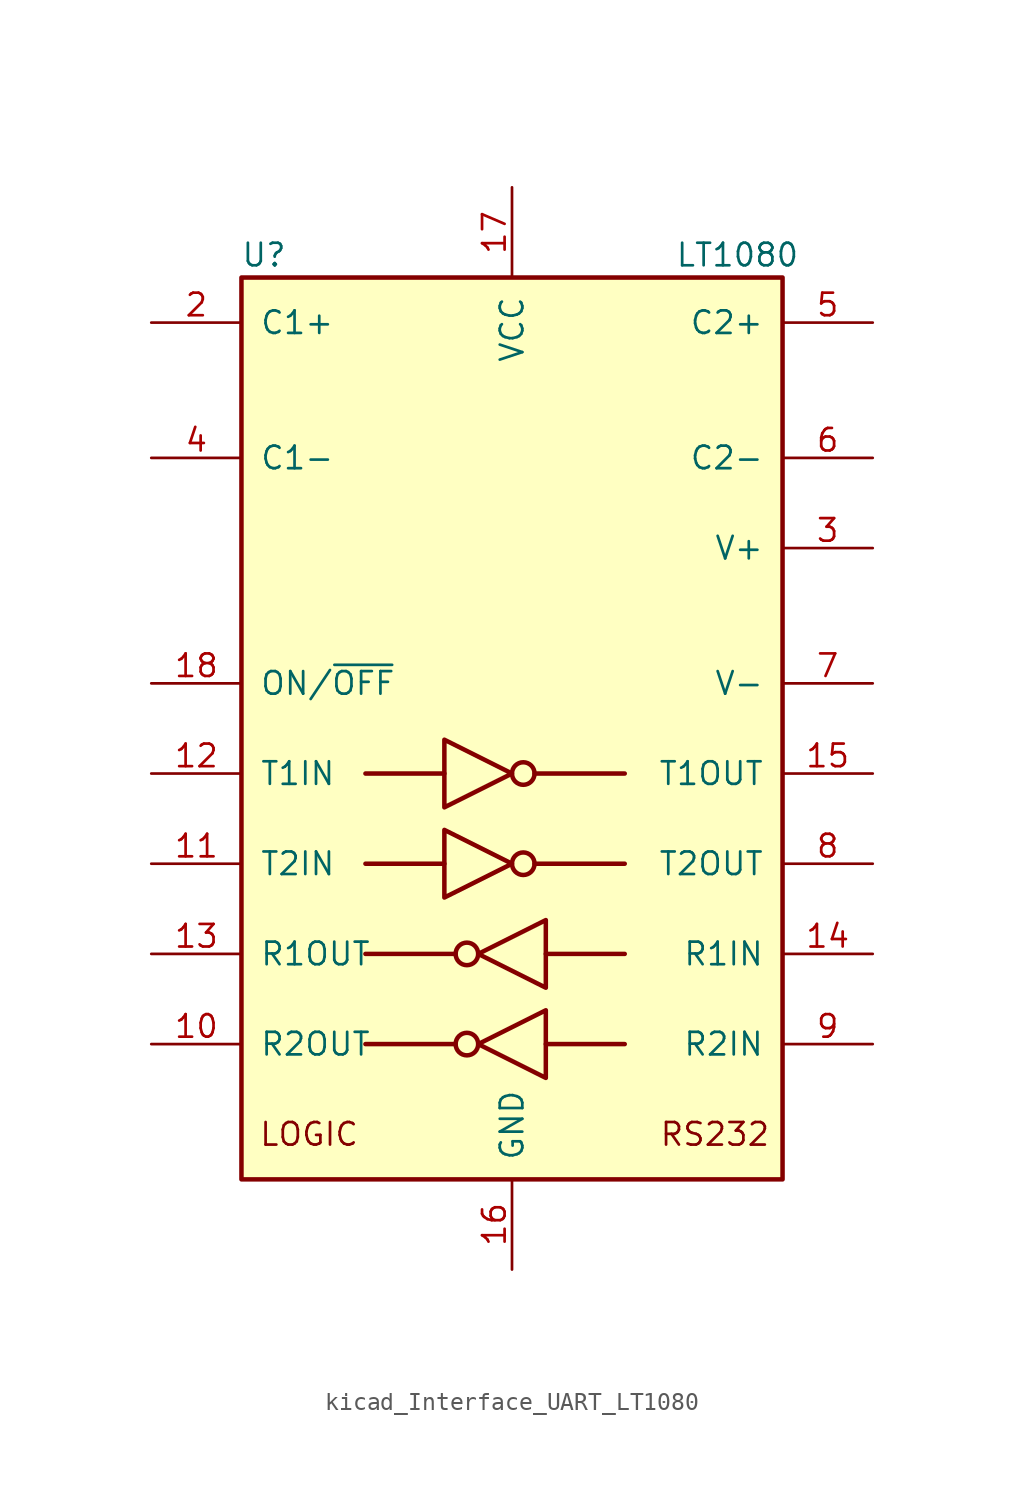
<source format=kicad_sym>
(kicad_symbol_lib
  (version 20220914)
  (generator kicad_symbol_editor)
  (symbol "kicad_Interface_UART_LT1080"
    (pin_names
      (offset 1.016))
    (property "Reference" "U"
      (at -13.97 26.67 0)
      (effects (font (size 1.27 1.27))))
    (property "Value" "LT1080"
      (at 12.7 26.67 0)
      (effects (font (size 1.27 1.27))))
    (symbol "kicad_Interface_UART_LT1080_0_0"
      (text "LOGIC" (at -11.43 -22.86 0) (effects (font (size 1.27 1.27))))
      (text "RS232" (at 11.43 -22.86 0) (effects (font (size 1.27 1.27)))))
    (symbol "kicad_Interface_UART_LT1080_0_1"
      (rectangle (start -15.24 -25.4) (end 15.24 25.4) (stroke (width 0.254) (type default)) (fill (type background)))
      (circle (center -2.54 -17.78) (radius 0.635) (stroke (width 0.254) (type default)) (fill (type none)))
      (circle (center -2.54 -12.7) (radius 0.635) (stroke (width 0.254) (type default)) (fill (type none)))
      (polyline (pts (xy -3.81 -7.62) (xy -8.255 -7.62)) (stroke (width 0.254) (type default)) (fill (type none)))
      (polyline (pts (xy -3.81 -2.54) (xy -8.255 -2.54)) (stroke (width 0.254) (type default)) (fill (type none)))
      (polyline (pts (xy -3.175 -17.78) (xy -8.255 -17.78)) (stroke (width 0.254) (type default)) (fill (type none)))
      (polyline (pts (xy -3.175 -12.7) (xy -8.255 -12.7)) (stroke (width 0.254) (type default)) (fill (type none)))
      (polyline (pts (xy 1.27 -7.62) (xy 6.35 -7.62)) (stroke (width 0.254) (type default)) (fill (type none)))
      (polyline (pts (xy 1.27 -2.54) (xy 6.35 -2.54)) (stroke (width 0.254) (type default)) (fill (type none)))
      (polyline (pts (xy 1.905 -17.78) (xy 6.35 -17.78)) (stroke (width 0.254) (type default)) (fill (type none)))
      (polyline (pts (xy 1.905 -12.7) (xy 6.35 -12.7)) (stroke (width 0.254) (type default)) (fill (type none)))
      (polyline (pts (xy -3.81 -5.715) (xy -3.81 -9.525) (xy 0 -7.62) (xy -3.81 -5.715)) (stroke (width 0.254) (type default)) (fill (type none)))
      (polyline (pts (xy -3.81 -0.635) (xy -3.81 -4.445) (xy 0 -2.54) (xy -3.81 -0.635)) (stroke (width 0.254) (type default)) (fill (type none)))
      (polyline (pts (xy 1.905 -15.875) (xy 1.905 -19.685) (xy -1.905 -17.78) (xy 1.905 -15.875)) (stroke (width 0.254) (type default)) (fill (type none)))
      (polyline (pts (xy 1.905 -10.795) (xy 1.905 -14.605) (xy -1.905 -12.7) (xy 1.905 -10.795)) (stroke (width 0.254) (type default)) (fill (type none)))
      (circle (center 0.635 -7.62) (radius 0.635) (stroke (width 0.254) (type default)) (fill (type none)))
      (circle (center 0.635 -2.54) (radius 0.635) (stroke (width 0.254) (type default)) (fill (type none))))
    (symbol "kicad_Interface_UART_LT1080_1_1"
      (pin no_connect line (at -15.24 5.08 0) (length 5.08) hide (name "NC" (effects (font (size 1.27 1.27)))) (number "1" (effects (font (size 1.27 1.27)))))
      (pin output line (at -20.32 -17.78 0) (length 5.08) (name "R2OUT" (effects (font (size 1.27 1.27)))) (number "10" (effects (font (size 1.27 1.27)))))
      (pin input line (at -20.32 -7.62 0) (length 5.08) (name "T2IN" (effects (font (size 1.27 1.27)))) (number "11" (effects (font (size 1.27 1.27)))))
      (pin input line (at -20.32 -2.54 0) (length 5.08) (name "T1IN" (effects (font (size 1.27 1.27)))) (number "12" (effects (font (size 1.27 1.27)))))
      (pin output line (at -20.32 -12.7 0) (length 5.08) (name "R1OUT" (effects (font (size 1.27 1.27)))) (number "13" (effects (font (size 1.27 1.27)))))
      (pin input line (at 20.32 -12.7 180) (length 5.08) (name "R1IN" (effects (font (size 1.27 1.27)))) (number "14" (effects (font (size 1.27 1.27)))))
      (pin output line (at 20.32 -2.54 180) (length 5.08) (name "T1OUT" (effects (font (size 1.27 1.27)))) (number "15" (effects (font (size 1.27 1.27)))))
      (pin power_in line (at 0 -30.48 90) (length 5.08) (name "GND" (effects (font (size 1.27 1.27)))) (number "16" (effects (font (size 1.27 1.27)))))
      (pin power_in line (at 0 30.48 270) (length 5.08) (name "VCC" (effects (font (size 1.27 1.27)))) (number "17" (effects (font (size 1.27 1.27)))))
      (pin input line (at -20.32 2.54 0) (length 5.08) (name "ON/~{OFF}" (effects (font (size 1.27 1.27)))) (number "18" (effects (font (size 1.27 1.27)))))
      (pin passive line (at -20.32 22.86 0) (length 5.08) (name "C1+" (effects (font (size 1.27 1.27)))) (number "2" (effects (font (size 1.27 1.27)))))
      (pin power_out line (at 20.32 10.16 180) (length 5.08) (name "V+" (effects (font (size 1.27 1.27)))) (number "3" (effects (font (size 1.27 1.27)))))
      (pin passive line (at -20.32 15.24 0) (length 5.08) (name "C1-" (effects (font (size 1.27 1.27)))) (number "4" (effects (font (size 1.27 1.27)))))
      (pin passive line (at 20.32 22.86 180) (length 5.08) (name "C2+" (effects (font (size 1.27 1.27)))) (number "5" (effects (font (size 1.27 1.27)))))
      (pin passive line (at 20.32 15.24 180) (length 5.08) (name "C2-" (effects (font (size 1.27 1.27)))) (number "6" (effects (font (size 1.27 1.27)))))
      (pin power_out line (at 20.32 2.54 180) (length 5.08) (name "V-" (effects (font (size 1.27 1.27)))) (number "7" (effects (font (size 1.27 1.27)))))
      (pin output line (at 20.32 -7.62 180) (length 5.08) (name "T2OUT" (effects (font (size 1.27 1.27)))) (number "8" (effects (font (size 1.27 1.27)))))
      (pin input line (at 20.32 -17.78 180) (length 5.08) (name "R2IN" (effects (font (size 1.27 1.27)))) (number "9" (effects (font (size 1.27 1.27))))))))
</source>
